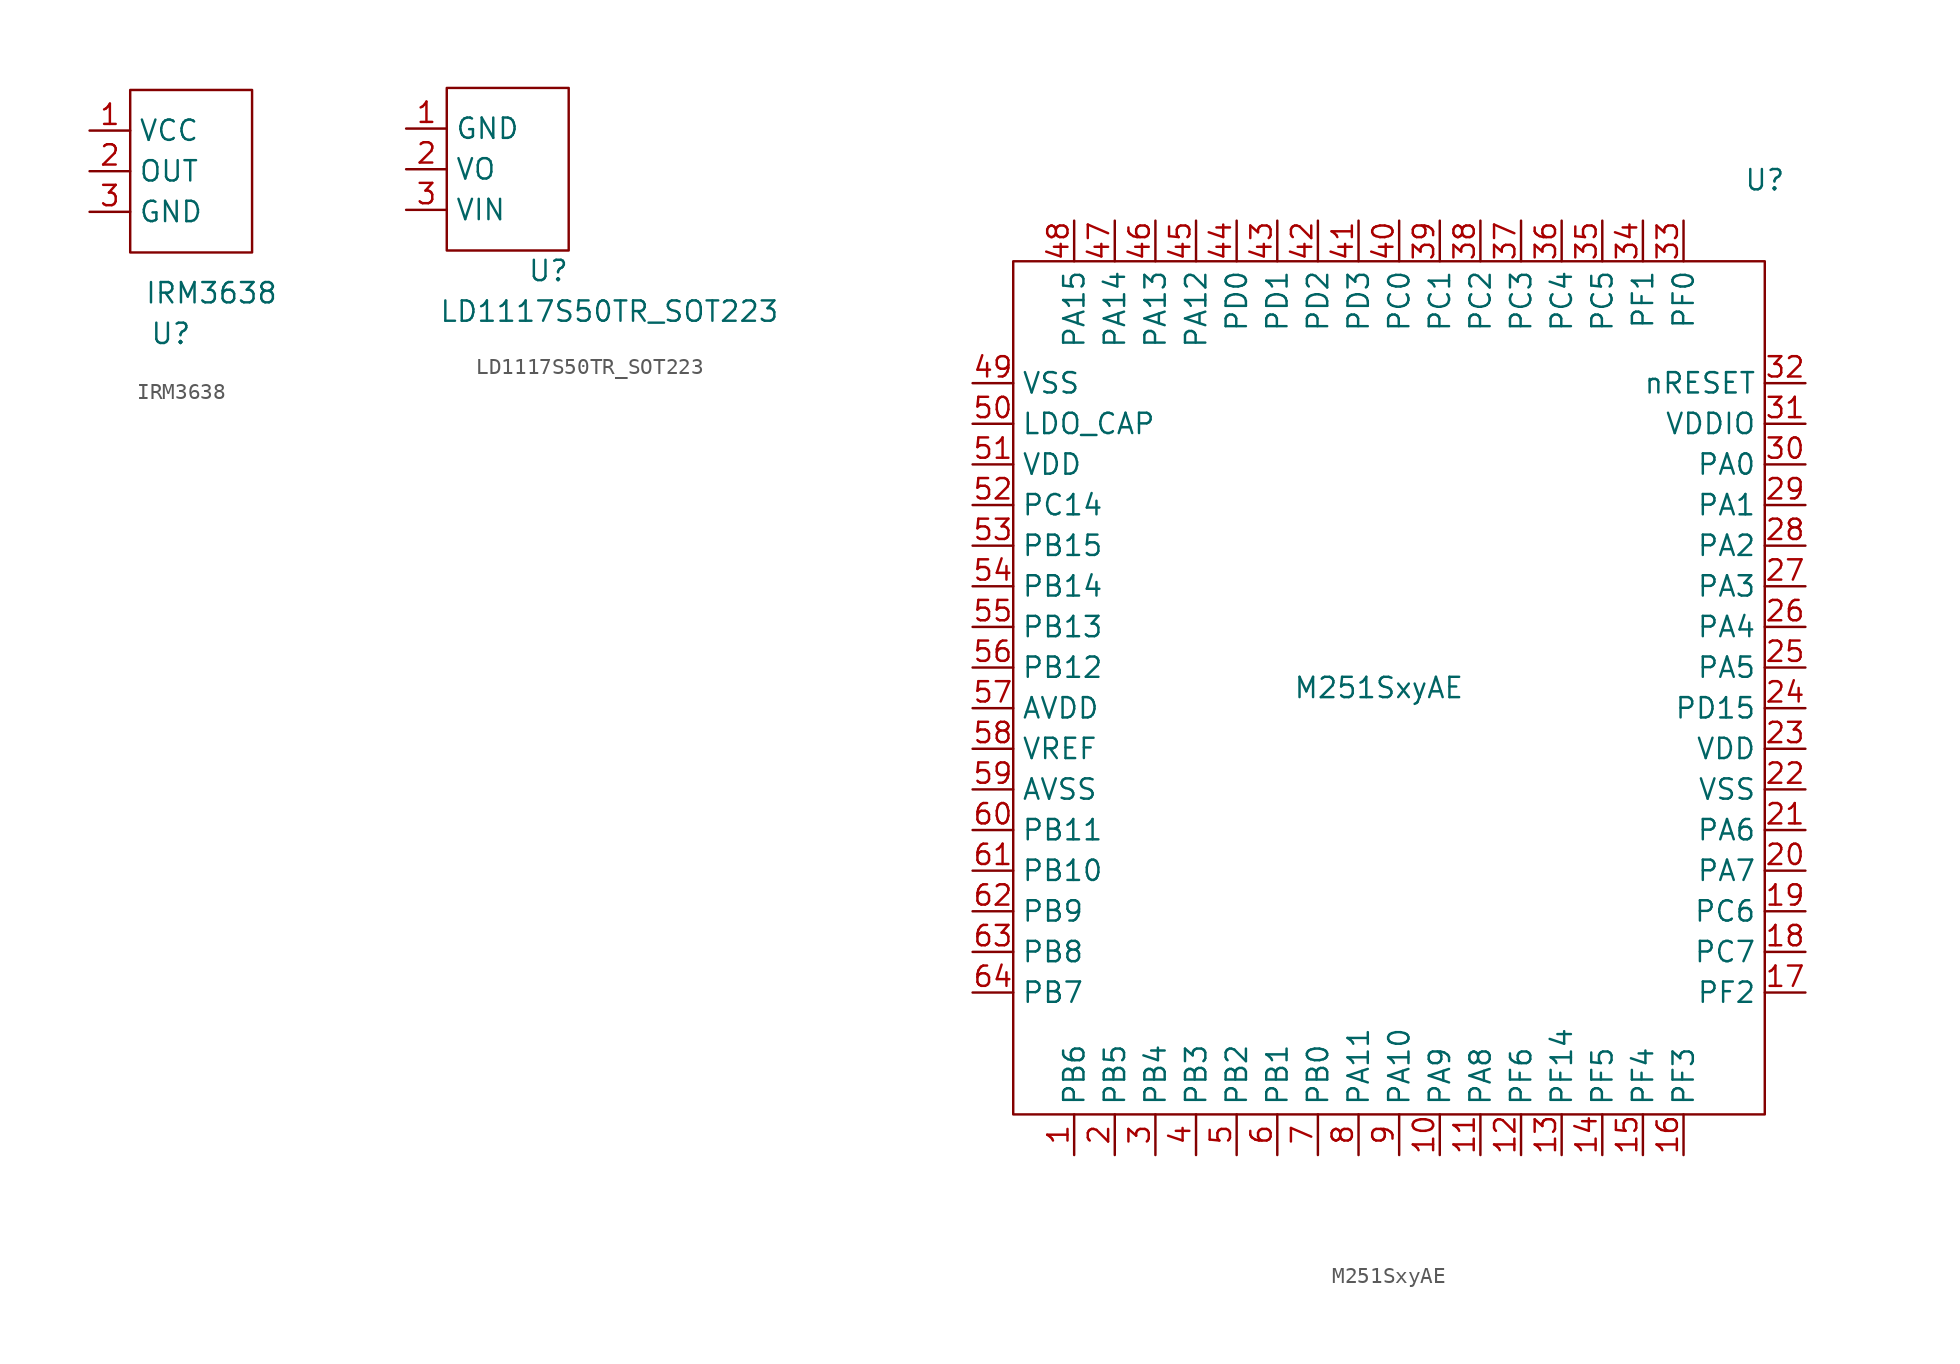
<source format=kicad_sym>
(kicad_symbol_lib
  (version 20220914)
  (generator kicad_symbol_editor)
  (symbol "IRM3638"
    (property "Reference" "U"
      (at 2.54 -5.08 0)
      (effects (font (size 1.27 1.27))))
    (property "Value" "IRM3638"
      (at 5.08 -2.54 0)
      (effects (font (size 1.27 1.27))))
    (symbol "IRM3638_0_1"
      (rectangle (start 0 10.16) (end 7.62 0) (stroke (width 0) (type default)) (fill (type none))))
    (symbol "IRM3638_1_1"
      (pin bidirectional line (at -2.54 7.62 0) (length 2.54) (name "VCC" (effects (font (size 1.27 1.27)))) (number "1" (effects (font (size 1.27 1.27)))))
      (pin bidirectional line (at -2.54 5.08 0) (length 2.54) (name "OUT" (effects (font (size 1.27 1.27)))) (number "2" (effects (font (size 1.27 1.27)))))
      (pin bidirectional line (at -2.54 2.54 0) (length 2.54) (name "GND" (effects (font (size 1.27 1.27)))) (number "3" (effects (font (size 1.27 1.27)))))))
  (symbol "LD1117S50TR_SOT223"
    (property "Reference" "U"
      (at 6.35 -1.27 0)
      (effects (font (size 1.27 1.27))))
    (property "Value" "LD1117S50TR_SOT223"
      (at 10.16 -3.81 0)
      (effects (font (size 1.27 1.27))))
    (symbol "LD1117S50TR_SOT223_0_1"
      (rectangle (start 0 10.16) (end 7.62 0) (stroke (width 0) (type default)) (fill (type none))))
    (symbol "LD1117S50TR_SOT223_1_1"
      (pin passive line (at -2.54 7.62 0) (length 2.54) (name "GND" (effects (font (size 1.27 1.27)))) (number "1" (effects (font (size 1.27 1.27)))))
      (pin passive line (at -2.54 5.08 0) (length 2.54) (name "VO" (effects (font (size 1.27 1.27)))) (number "2" (effects (font (size 1.27 1.27)))))
      (pin passive line (at -2.54 2.54 0) (length 2.54) (name "VIN" (effects (font (size 1.27 1.27)))) (number "3" (effects (font (size 1.27 1.27)))))))
  (symbol "M251SxyAE"
    (property "Reference" "U"
      (at 46.99 58.42 0)
      (effects (font (size 1.27 1.27))))
    (property "Value" "M251SxyAE"
      (at 22.86 26.67 0)
      (effects (font (size 1.27 1.27))))
    (symbol "M251SxyAE_0_1"
      (rectangle (start 0 53.34) (end 46.99 0) (stroke (width 0) (type default)) (fill (type none))))
    (symbol "M251SxyAE_1_0"
      (pin bidirectional line (at 3.81 -2.54 90) (length 2.54) (name "PB6" (effects (font (size 1.27 1.27)))) (number "1" (effects (font (size 1.27 1.27)))))
      (pin bidirectional line (at 26.67 -2.54 90) (length 2.54) (name "PA9" (effects (font (size 1.27 1.27)))) (number "10" (effects (font (size 1.27 1.27)))))
      (pin bidirectional line (at 29.21 -2.54 90) (length 2.54) (name "PA8" (effects (font (size 1.27 1.27)))) (number "11" (effects (font (size 1.27 1.27)))))
      (pin bidirectional line (at 31.75 -2.54 90) (length 2.54) (name "PF6" (effects (font (size 1.27 1.27)))) (number "12" (effects (font (size 1.27 1.27)))))
      (pin bidirectional line (at 34.29 -2.54 90) (length 2.54) (name "PF14" (effects (font (size 1.27 1.27)))) (number "13" (effects (font (size 1.27 1.27)))))
      (pin bidirectional line (at 36.83 -2.54 90) (length 2.54) (name "PF5" (effects (font (size 1.27 1.27)))) (number "14" (effects (font (size 1.27 1.27)))))
      (pin bidirectional line (at 39.37 -2.54 90) (length 2.54) (name "PF4" (effects (font (size 1.27 1.27)))) (number "15" (effects (font (size 1.27 1.27)))))
      (pin bidirectional line (at 41.91 -2.54 90) (length 2.54) (name "PF3" (effects (font (size 1.27 1.27)))) (number "16" (effects (font (size 1.27 1.27)))))
      (pin bidirectional line (at 49.53 7.62 180) (length 2.54) (name "PF2" (effects (font (size 1.27 1.27)))) (number "17" (effects (font (size 1.27 1.27)))))
      (pin bidirectional line (at 49.53 10.16 180) (length 2.54) (name "PC7" (effects (font (size 1.27 1.27)))) (number "18" (effects (font (size 1.27 1.27)))))
      (pin bidirectional line (at 49.53 12.7 180) (length 2.54) (name "PC6" (effects (font (size 1.27 1.27)))) (number "19" (effects (font (size 1.27 1.27)))))
      (pin bidirectional line (at 6.35 -2.54 90) (length 2.54) (name "PB5" (effects (font (size 1.27 1.27)))) (number "2" (effects (font (size 1.27 1.27)))))
      (pin bidirectional line (at 49.53 15.24 180) (length 2.54) (name "PA7" (effects (font (size 1.27 1.27)))) (number "20" (effects (font (size 1.27 1.27)))))
      (pin bidirectional line (at 49.53 17.78 180) (length 2.54) (name "PA6" (effects (font (size 1.27 1.27)))) (number "21" (effects (font (size 1.27 1.27)))))
      (pin bidirectional line (at 49.53 20.32 180) (length 2.54) (name "VSS" (effects (font (size 1.27 1.27)))) (number "22" (effects (font (size 1.27 1.27)))))
      (pin bidirectional line (at 49.53 22.86 180) (length 2.54) (name "VDD" (effects (font (size 1.27 1.27)))) (number "23" (effects (font (size 1.27 1.27)))))
      (pin bidirectional line (at 49.53 25.4 180) (length 2.54) (name "PD15" (effects (font (size 1.27 1.27)))) (number "24" (effects (font (size 1.27 1.27)))))
      (pin bidirectional line (at 49.53 27.94 180) (length 2.54) (name "PA5" (effects (font (size 1.27 1.27)))) (number "25" (effects (font (size 1.27 1.27)))))
      (pin bidirectional line (at 49.53 30.48 180) (length 2.54) (name "PA4" (effects (font (size 1.27 1.27)))) (number "26" (effects (font (size 1.27 1.27)))))
      (pin bidirectional line (at 49.53 33.02 180) (length 2.54) (name "PA3" (effects (font (size 1.27 1.27)))) (number "27" (effects (font (size 1.27 1.27)))))
      (pin bidirectional line (at 49.53 35.56 180) (length 2.54) (name "PA2" (effects (font (size 1.27 1.27)))) (number "28" (effects (font (size 1.27 1.27)))))
      (pin bidirectional line (at 49.53 38.1 180) (length 2.54) (name "PA1" (effects (font (size 1.27 1.27)))) (number "29" (effects (font (size 1.27 1.27)))))
      (pin bidirectional line (at 8.89 -2.54 90) (length 2.54) (name "PB4" (effects (font (size 1.27 1.27)))) (number "3" (effects (font (size 1.27 1.27)))))
      (pin bidirectional line (at 49.53 40.64 180) (length 2.54) (name "PA0" (effects (font (size 1.27 1.27)))) (number "30" (effects (font (size 1.27 1.27)))))
      (pin bidirectional line (at 49.53 43.18 180) (length 2.54) (name "VDDIO" (effects (font (size 1.27 1.27)))) (number "31" (effects (font (size 1.27 1.27)))))
      (pin bidirectional line (at 49.53 45.72 180) (length 2.54) (name "nRESET" (effects (font (size 1.27 1.27)))) (number "32" (effects (font (size 1.27 1.27)))))
      (pin bidirectional line (at 41.91 55.88 270) (length 2.54) (name "PF0" (effects (font (size 1.27 1.27)))) (number "33" (effects (font (size 1.27 1.27)))))
      (pin bidirectional line (at 39.37 55.88 270) (length 2.54) (name "PF1" (effects (font (size 1.27 1.27)))) (number "34" (effects (font (size 1.27 1.27)))))
      (pin bidirectional line (at 36.83 55.88 270) (length 2.54) (name "PC5" (effects (font (size 1.27 1.27)))) (number "35" (effects (font (size 1.27 1.27)))))
      (pin bidirectional line (at 34.29 55.88 270) (length 2.54) (name "PC4" (effects (font (size 1.27 1.27)))) (number "36" (effects (font (size 1.27 1.27)))))
      (pin bidirectional line (at 31.75 55.88 270) (length 2.54) (name "PC3" (effects (font (size 1.27 1.27)))) (number "37" (effects (font (size 1.27 1.27)))))
      (pin bidirectional line (at 29.21 55.88 270) (length 2.54) (name "PC2" (effects (font (size 1.27 1.27)))) (number "38" (effects (font (size 1.27 1.27)))))
      (pin bidirectional line (at 26.67 55.88 270) (length 2.54) (name "PC1" (effects (font (size 1.27 1.27)))) (number "39" (effects (font (size 1.27 1.27)))))
      (pin bidirectional line (at 11.43 -2.54 90) (length 2.54) (name "PB3" (effects (font (size 1.27 1.27)))) (number "4" (effects (font (size 1.27 1.27)))))
      (pin bidirectional line (at 24.13 55.88 270) (length 2.54) (name "PC0" (effects (font (size 1.27 1.27)))) (number "40" (effects (font (size 1.27 1.27)))))
      (pin bidirectional line (at 21.59 55.88 270) (length 2.54) (name "PD3" (effects (font (size 1.27 1.27)))) (number "41" (effects (font (size 1.27 1.27)))))
      (pin bidirectional line (at 19.05 55.88 270) (length 2.54) (name "PD2" (effects (font (size 1.27 1.27)))) (number "42" (effects (font (size 1.27 1.27)))))
      (pin bidirectional line (at 16.51 55.88 270) (length 2.54) (name "PD1" (effects (font (size 1.27 1.27)))) (number "43" (effects (font (size 1.27 1.27)))))
      (pin bidirectional line (at 13.97 55.88 270) (length 2.54) (name "PD0" (effects (font (size 1.27 1.27)))) (number "44" (effects (font (size 1.27 1.27)))))
      (pin bidirectional line (at 11.43 55.88 270) (length 2.54) (name "PA12" (effects (font (size 1.27 1.27)))) (number "45" (effects (font (size 1.27 1.27)))))
      (pin bidirectional line (at 8.89 55.88 270) (length 2.54) (name "PA13" (effects (font (size 1.27 1.27)))) (number "46" (effects (font (size 1.27 1.27)))))
      (pin bidirectional line (at 6.35 55.88 270) (length 2.54) (name "PA14" (effects (font (size 1.27 1.27)))) (number "47" (effects (font (size 1.27 1.27)))))
      (pin bidirectional line (at 3.81 55.88 270) (length 2.54) (name "PA15" (effects (font (size 1.27 1.27)))) (number "48" (effects (font (size 1.27 1.27)))))
      (pin bidirectional line (at -2.54 45.72 0) (length 2.54) (name "VSS" (effects (font (size 1.27 1.27)))) (number "49" (effects (font (size 1.27 1.27)))))
      (pin bidirectional line (at 13.97 -2.54 90) (length 2.54) (name "PB2" (effects (font (size 1.27 1.27)))) (number "5" (effects (font (size 1.27 1.27)))))
      (pin bidirectional line (at -2.54 43.18 0) (length 2.54) (name "LDO_CAP" (effects (font (size 1.27 1.27)))) (number "50" (effects (font (size 1.27 1.27)))))
      (pin bidirectional line (at -2.54 40.64 0) (length 2.54) (name "VDD" (effects (font (size 1.27 1.27)))) (number "51" (effects (font (size 1.27 1.27)))))
      (pin bidirectional line (at -2.54 38.1 0) (length 2.54) (name "PC14" (effects (font (size 1.27 1.27)))) (number "52" (effects (font (size 1.27 1.27)))))
      (pin bidirectional line (at -2.54 35.56 0) (length 2.54) (name "PB15" (effects (font (size 1.27 1.27)))) (number "53" (effects (font (size 1.27 1.27)))))
      (pin bidirectional line (at -2.54 33.02 0) (length 2.54) (name "PB14" (effects (font (size 1.27 1.27)))) (number "54" (effects (font (size 1.27 1.27)))))
      (pin bidirectional line (at -2.54 30.48 0) (length 2.54) (name "PB13" (effects (font (size 1.27 1.27)))) (number "55" (effects (font (size 1.27 1.27)))))
      (pin bidirectional line (at -2.54 27.94 0) (length 2.54) (name "PB12" (effects (font (size 1.27 1.27)))) (number "56" (effects (font (size 1.27 1.27)))))
      (pin bidirectional line (at -2.54 25.4 0) (length 2.54) (name "AVDD" (effects (font (size 1.27 1.27)))) (number "57" (effects (font (size 1.27 1.27)))))
      (pin bidirectional line (at -2.54 22.86 0) (length 2.54) (name "VREF" (effects (font (size 1.27 1.27)))) (number "58" (effects (font (size 1.27 1.27)))))
      (pin bidirectional line (at -2.54 20.32 0) (length 2.54) (name "AVSS" (effects (font (size 1.27 1.27)))) (number "59" (effects (font (size 1.27 1.27)))))
      (pin bidirectional line (at 16.51 -2.54 90) (length 2.54) (name "PB1" (effects (font (size 1.27 1.27)))) (number "6" (effects (font (size 1.27 1.27)))))
      (pin bidirectional line (at -2.54 17.78 0) (length 2.54) (name "PB11" (effects (font (size 1.27 1.27)))) (number "60" (effects (font (size 1.27 1.27)))))
      (pin bidirectional line (at -2.54 15.24 0) (length 2.54) (name "PB10" (effects (font (size 1.27 1.27)))) (number "61" (effects (font (size 1.27 1.27)))))
      (pin bidirectional line (at -2.54 12.7 0) (length 2.54) (name "PB9" (effects (font (size 1.27 1.27)))) (number "62" (effects (font (size 1.27 1.27)))))
      (pin bidirectional line (at -2.54 10.16 0) (length 2.54) (name "PB8" (effects (font (size 1.27 1.27)))) (number "63" (effects (font (size 1.27 1.27)))))
      (pin bidirectional line (at -2.54 7.62 0) (length 2.54) (name "PB7" (effects (font (size 1.27 1.27)))) (number "64" (effects (font (size 1.27 1.27)))))
      (pin bidirectional line (at 19.05 -2.54 90) (length 2.54) (name "PB0" (effects (font (size 1.27 1.27)))) (number "7" (effects (font (size 1.27 1.27)))))
      (pin bidirectional line (at 21.59 -2.54 90) (length 2.54) (name "PA11" (effects (font (size 1.27 1.27)))) (number "8" (effects (font (size 1.27 1.27)))))
      (pin bidirectional line (at 24.13 -2.54 90) (length 2.54) (name "PA10" (effects (font (size 1.27 1.27)))) (number "9" (effects (font (size 1.27 1.27))))))))
</source>
